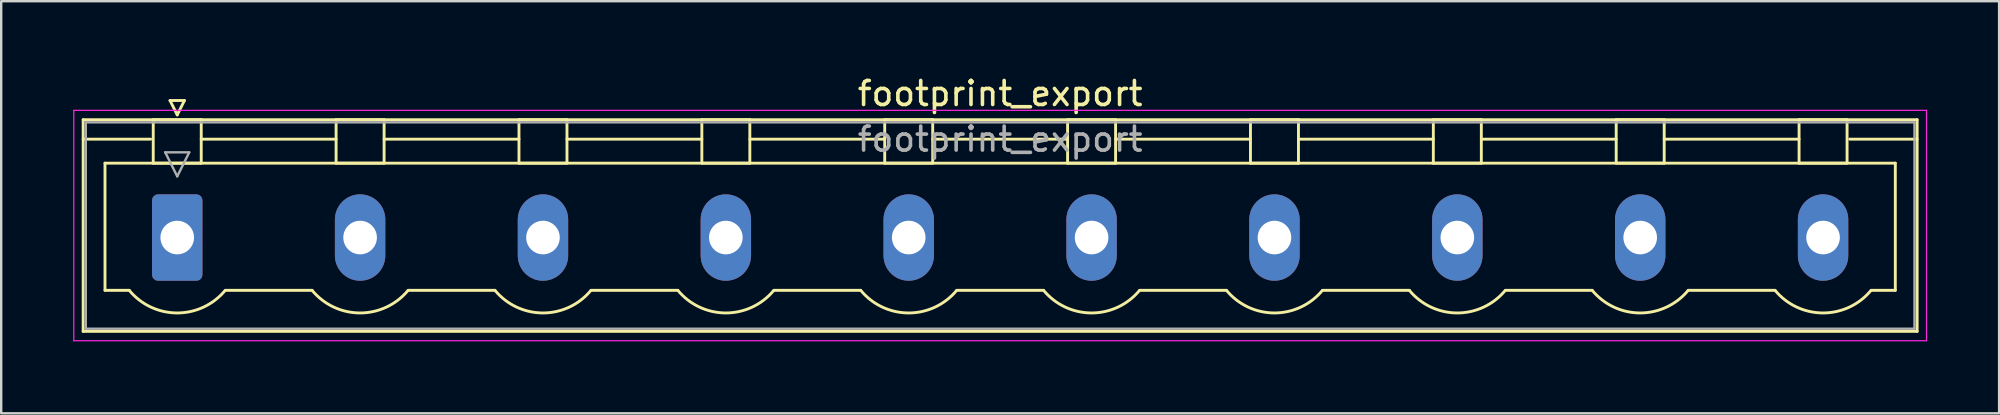
<source format=kicad_pcb>
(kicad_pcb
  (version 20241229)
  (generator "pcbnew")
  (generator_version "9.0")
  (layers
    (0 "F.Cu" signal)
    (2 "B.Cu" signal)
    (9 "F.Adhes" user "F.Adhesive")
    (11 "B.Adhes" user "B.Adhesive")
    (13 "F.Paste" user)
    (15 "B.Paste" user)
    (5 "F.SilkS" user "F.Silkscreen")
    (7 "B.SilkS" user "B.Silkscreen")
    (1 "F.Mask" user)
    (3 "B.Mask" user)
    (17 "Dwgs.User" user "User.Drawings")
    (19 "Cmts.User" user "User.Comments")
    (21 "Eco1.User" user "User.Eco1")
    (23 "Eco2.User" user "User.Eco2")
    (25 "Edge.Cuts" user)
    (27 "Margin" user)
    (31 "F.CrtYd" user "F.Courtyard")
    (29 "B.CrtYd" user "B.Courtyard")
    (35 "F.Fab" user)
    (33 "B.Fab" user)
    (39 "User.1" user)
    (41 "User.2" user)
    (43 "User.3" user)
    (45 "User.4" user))
  (footprint "footprint_export"
    (layer "F.Cu")
    (at 4.335 6.848)
    (property "Reference" "footprint_export" (at 34.29 -6 0) (layer "F.SilkS") (effects (font (size 1 1) (thickness 0.15))))
    (attr through_hole)
    (fp_line (start -3.92 -4.91) (end -3.92 3.91) (stroke (width 0.12) (type solid)) (layer "F.SilkS"))
    (fp_line (start -3.92 -4.1) (end -1.11 -4.1) (stroke (width 0.12) (type solid)) (layer "F.SilkS"))
    (fp_line (start -3.92 3.91) (end 72.5 3.91) (stroke (width 0.12) (type solid)) (layer "F.SilkS"))
    (fp_line (start -3.01 -3.1) (end 71.59 -3.1) (stroke (width 0.12) (type solid)) (layer "F.SilkS"))
    (fp_line (start -3.01 2.2) (end -3.01 -3.1) (stroke (width 0.12) (type solid)) (layer "F.SilkS"))
    (fp_line (start -2 2.2) (end -3.01 2.2) (stroke (width 0.12) (type solid)) (layer "F.SilkS"))
    (fp_line (start -1 -4.91) (end 1 -4.91) (stroke (width 0.12) (type solid)) (layer "F.SilkS"))
    (fp_line (start -1 -3.1) (end -1 -4.91) (stroke (width 0.12) (type solid)) (layer "F.SilkS"))
    (fp_line (start -0.3 -5.71) (end 0.3 -5.71) (stroke (width 0.12) (type solid)) (layer "F.SilkS"))
    (fp_line (start 0 -5.11) (end -0.3 -5.71) (stroke (width 0.12) (type solid)) (layer "F.SilkS"))
    (fp_line (start 0.3 -5.71) (end 0 -5.11) (stroke (width 0.12) (type solid)) (layer "F.SilkS"))
    (fp_line (start 1 -4.91) (end 1 -3.1) (stroke (width 0.12) (type solid)) (layer "F.SilkS"))
    (fp_line (start 1 -4.1) (end 6.62 -4.1) (stroke (width 0.12) (type solid)) (layer "F.SilkS"))
    (fp_line (start 1 -3.1) (end -1 -3.1) (stroke (width 0.12) (type solid)) (layer "F.SilkS"))
    (fp_line (start 2 2.2) (end 5.62 2.2) (stroke (width 0.12) (type solid)) (layer "F.SilkS"))
    (fp_line (start 6.62 -4.91) (end 8.62 -4.91) (stroke (width 0.12) (type solid)) (layer "F.SilkS"))
    (fp_line (start 6.62 -3.1) (end 6.62 -4.91) (stroke (width 0.12) (type solid)) (layer "F.SilkS"))
    (fp_line (start 8.62 -4.91) (end 8.62 -3.1) (stroke (width 0.12) (type solid)) (layer "F.SilkS"))
    (fp_line (start 8.62 -4.1) (end 14.24 -4.1) (stroke (width 0.12) (type solid)) (layer "F.SilkS"))
    (fp_line (start 8.62 -3.1) (end 6.62 -3.1) (stroke (width 0.12) (type solid)) (layer "F.SilkS"))
    (fp_line (start 9.62 2.2) (end 13.24 2.2) (stroke (width 0.12) (type solid)) (layer "F.SilkS"))
    (fp_line (start 14.24 -4.91) (end 16.24 -4.91) (stroke (width 0.12) (type solid)) (layer "F.SilkS"))
    (fp_line (start 14.24 -3.1) (end 14.24 -4.91) (stroke (width 0.12) (type solid)) (layer "F.SilkS"))
    (fp_line (start 16.24 -4.91) (end 16.24 -3.1) (stroke (width 0.12) (type solid)) (layer "F.SilkS"))
    (fp_line (start 16.24 -4.1) (end 21.86 -4.1) (stroke (width 0.12) (type solid)) (layer "F.SilkS"))
    (fp_line (start 16.24 -3.1) (end 14.24 -3.1) (stroke (width 0.12) (type solid)) (layer "F.SilkS"))
    (fp_line (start 17.24 2.2) (end 20.86 2.2) (stroke (width 0.12) (type solid)) (layer "F.SilkS"))
    (fp_line (start 21.86 -4.91) (end 23.86 -4.91) (stroke (width 0.12) (type solid)) (layer "F.SilkS"))
    (fp_line (start 21.86 -3.1) (end 21.86 -4.91) (stroke (width 0.12) (type solid)) (layer "F.SilkS"))
    (fp_line (start 23.86 -4.91) (end 23.86 -3.1) (stroke (width 0.12) (type solid)) (layer "F.SilkS"))
    (fp_line (start 23.86 -4.1) (end 29.48 -4.1) (stroke (width 0.12) (type solid)) (layer "F.SilkS"))
    (fp_line (start 23.86 -3.1) (end 21.86 -3.1) (stroke (width 0.12) (type solid)) (layer "F.SilkS"))
    (fp_line (start 24.86 2.2) (end 28.48 2.2) (stroke (width 0.12) (type solid)) (layer "F.SilkS"))
    (fp_line (start 29.48 -4.91) (end 31.48 -4.91) (stroke (width 0.12) (type solid)) (layer "F.SilkS"))
    (fp_line (start 29.48 -3.1) (end 29.48 -4.91) (stroke (width 0.12) (type solid)) (layer "F.SilkS"))
    (fp_line (start 31.48 -4.91) (end 31.48 -3.1) (stroke (width 0.12) (type solid)) (layer "F.SilkS"))
    (fp_line (start 31.48 -4.1) (end 37.1 -4.1) (stroke (width 0.12) (type solid)) (layer "F.SilkS"))
    (fp_line (start 31.48 -3.1) (end 29.48 -3.1) (stroke (width 0.12) (type solid)) (layer "F.SilkS"))
    (fp_line (start 32.48 2.2) (end 36.1 2.2) (stroke (width 0.12) (type solid)) (layer "F.SilkS"))
    (fp_line (start 37.1 -4.91) (end 39.1 -4.91) (stroke (width 0.12) (type solid)) (layer "F.SilkS"))
    (fp_line (start 37.1 -3.1) (end 37.1 -4.91) (stroke (width 0.12) (type solid)) (layer "F.SilkS"))
    (fp_line (start 39.1 -4.91) (end 39.1 -3.1) (stroke (width 0.12) (type solid)) (layer "F.SilkS"))
    (fp_line (start 39.1 -4.1) (end 44.72 -4.1) (stroke (width 0.12) (type solid)) (layer "F.SilkS"))
    (fp_line (start 39.1 -3.1) (end 37.1 -3.1) (stroke (width 0.12) (type solid)) (layer "F.SilkS"))
    (fp_line (start 40.1 2.2) (end 43.72 2.2) (stroke (width 0.12) (type solid)) (layer "F.SilkS"))
    (fp_line (start 44.72 -4.91) (end 46.72 -4.91) (stroke (width 0.12) (type solid)) (layer "F.SilkS"))
    (fp_line (start 44.72 -3.1) (end 44.72 -4.91) (stroke (width 0.12) (type solid)) (layer "F.SilkS"))
    (fp_line (start 46.72 -4.91) (end 46.72 -3.1) (stroke (width 0.12) (type solid)) (layer "F.SilkS"))
    (fp_line (start 46.72 -4.1) (end 52.34 -4.1) (stroke (width 0.12) (type solid)) (layer "F.SilkS"))
    (fp_line (start 46.72 -3.1) (end 44.72 -3.1) (stroke (width 0.12) (type solid)) (layer "F.SilkS"))
    (fp_line (start 47.72 2.2) (end 51.34 2.2) (stroke (width 0.12) (type solid)) (layer "F.SilkS"))
    (fp_line (start 52.34 -4.91) (end 54.34 -4.91) (stroke (width 0.12) (type solid)) (layer "F.SilkS"))
    (fp_line (start 52.34 -3.1) (end 52.34 -4.91) (stroke (width 0.12) (type solid)) (layer "F.SilkS"))
    (fp_line (start 54.34 -4.91) (end 54.34 -3.1) (stroke (width 0.12) (type solid)) (layer "F.SilkS"))
    (fp_line (start 54.34 -4.1) (end 59.96 -4.1) (stroke (width 0.12) (type solid)) (layer "F.SilkS"))
    (fp_line (start 54.34 -3.1) (end 52.34 -3.1) (stroke (width 0.12) (type solid)) (layer "F.SilkS"))
    (fp_line (start 55.34 2.2) (end 58.96 2.2) (stroke (width 0.12) (type solid)) (layer "F.SilkS"))
    (fp_line (start 59.96 -4.91) (end 61.96 -4.91) (stroke (width 0.12) (type solid)) (layer "F.SilkS"))
    (fp_line (start 59.96 -3.1) (end 59.96 -4.91) (stroke (width 0.12) (type solid)) (layer "F.SilkS"))
    (fp_line (start 61.96 -4.91) (end 61.96 -3.1) (stroke (width 0.12) (type solid)) (layer "F.SilkS"))
    (fp_line (start 61.96 -4.1) (end 67.58 -4.1) (stroke (width 0.12) (type solid)) (layer "F.SilkS"))
    (fp_line (start 61.96 -3.1) (end 59.96 -3.1) (stroke (width 0.12) (type solid)) (layer "F.SilkS"))
    (fp_line (start 62.96 2.2) (end 66.58 2.2) (stroke (width 0.12) (type solid)) (layer "F.SilkS"))
    (fp_line (start 67.58 -4.91) (end 69.58 -4.91) (stroke (width 0.12) (type solid)) (layer "F.SilkS"))
    (fp_line (start 67.58 -3.1) (end 67.58 -4.91) (stroke (width 0.12) (type solid)) (layer "F.SilkS"))
    (fp_line (start 69.58 -4.91) (end 69.58 -3.1) (stroke (width 0.12) (type solid)) (layer "F.SilkS"))
    (fp_line (start 69.58 -3.1) (end 67.58 -3.1) (stroke (width 0.12) (type solid)) (layer "F.SilkS"))
    (fp_line (start 71.59 -3.1) (end 71.59 2.2) (stroke (width 0.12) (type solid)) (layer "F.SilkS"))
    (fp_line (start 71.59 2.2) (end 70.58 2.2) (stroke (width 0.12) (type solid)) (layer "F.SilkS"))
    (fp_line (start 72.5 -4.91) (end -3.92 -4.91) (stroke (width 0.12) (type solid)) (layer "F.SilkS"))
    (fp_line (start 72.5 -4.1) (end 69.69 -4.1) (stroke (width 0.12) (type solid)) (layer "F.SilkS"))
    (fp_line (start 72.5 3.91) (end 72.5 -4.91) (stroke (width 0.12) (type solid)) (layer "F.SilkS"))
    (fp_arc (start 1.986842 2.215821) (mid -0.010289 3.142758) (end -2 2.2) (stroke (width 0.12) (type solid)) (layer "F.SilkS"))
    (fp_arc (start 9.606842 2.215821) (mid 7.609711 3.142758) (end 5.62 2.2) (stroke (width 0.12) (type solid)) (layer "F.SilkS"))
    (fp_arc (start 17.226842 2.215821) (mid 15.229711 3.142758) (end 13.24 2.2) (stroke (width 0.12) (type solid)) (layer "F.SilkS"))
    (fp_arc (start 24.846842 2.215821) (mid 22.849711 3.142758) (end 20.86 2.2) (stroke (width 0.12) (type solid)) (layer "F.SilkS"))
    (fp_arc (start 32.466842 2.215821) (mid 30.469711 3.142758) (end 28.48 2.2) (stroke (width 0.12) (type solid)) (layer "F.SilkS"))
    (fp_arc (start 40.086842 2.215821) (mid 38.089711 3.142758) (end 36.1 2.2) (stroke (width 0.12) (type solid)) (layer "F.SilkS"))
    (fp_arc (start 47.706842 2.215821) (mid 45.709711 3.142758) (end 43.72 2.2) (stroke (width 0.12) (type solid)) (layer "F.SilkS"))
    (fp_arc (start 55.326842 2.215821) (mid 53.329711 3.142758) (end 51.34 2.2) (stroke (width 0.12) (type solid)) (layer "F.SilkS"))
    (fp_arc (start 62.946842 2.215821) (mid 60.949711 3.142758) (end 58.96 2.2) (stroke (width 0.12) (type solid)) (layer "F.SilkS"))
    (fp_arc (start 70.566842 2.215821) (mid 68.569711 3.142758) (end 66.58 2.2) (stroke (width 0.12) (type solid)) (layer "F.SilkS"))
    (fp_line (start -4.31 -5.3) (end -4.31 4.3) (stroke (width 0.05) (type solid)) (layer "F.CrtYd"))
    (fp_line (start -4.31 4.3) (end 72.89 4.3) (stroke (width 0.05) (type solid)) (layer "F.CrtYd"))
    (fp_line (start 72.89 -5.3) (end -4.31 -5.3) (stroke (width 0.05) (type solid)) (layer "F.CrtYd"))
    (fp_line (start 72.89 4.3) (end 72.89 -5.3) (stroke (width 0.05) (type solid)) (layer "F.CrtYd"))
    (fp_line (start -3.81 -4.8) (end -3.81 3.8) (stroke (width 0.1) (type solid)) (layer "F.Fab"))
    (fp_line (start -3.81 3.8) (end 72.39 3.8) (stroke (width 0.1) (type solid)) (layer "F.Fab"))
    (fp_line (start -0.5 -3.55) (end 0.5 -3.55) (stroke (width 0.1) (type solid)) (layer "F.Fab"))
    (fp_line (start 0 -2.55) (end -0.5 -3.55) (stroke (width 0.1) (type solid)) (layer "F.Fab"))
    (fp_line (start 0.5 -3.55) (end 0 -2.55) (stroke (width 0.1) (type solid)) (layer "F.Fab"))
    (fp_line (start 72.39 -4.8) (end -3.81 -4.8) (stroke (width 0.1) (type solid)) (layer "F.Fab"))
    (fp_line (start 72.39 3.8) (end 72.39 -4.8) (stroke (width 0.1) (type solid)) (layer "F.Fab"))
    (fp_text user "${REFERENCE}" (at 34.29 -4.1 0) (layer "F.Fab") (effects (font (size 1 1) (thickness 0.15))))
    (pad "1" thru_hole roundrect (at 0 0) (size 2.1 3.6) (drill 1.4) (layers "*.Cu" "*.Mask") (roundrect_rratio 0.119))
    (pad "2" thru_hole oval (at 7.62 0) (size 2.1 3.6) (drill 1.4) (layers "*.Cu" "*.Mask"))
    (pad "3" thru_hole oval (at 15.24 0) (size 2.1 3.6) (drill 1.4) (layers "*.Cu" "*.Mask"))
    (pad "4" thru_hole oval (at 22.86 0) (size 2.1 3.6) (drill 1.4) (layers "*.Cu" "*.Mask"))
    (pad "5" thru_hole oval (at 30.48 0) (size 2.1 3.6) (drill 1.4) (layers "*.Cu" "*.Mask"))
    (pad "6" thru_hole oval (at 38.1 0) (size 2.1 3.6) (drill 1.4) (layers "*.Cu" "*.Mask"))
    (pad "7" thru_hole oval (at 45.72 0) (size 2.1 3.6) (drill 1.4) (layers "*.Cu" "*.Mask"))
    (pad "8" thru_hole oval (at 53.34 0) (size 2.1 3.6) (drill 1.4) (layers "*.Cu" "*.Mask"))
    (pad "9" thru_hole oval (at 60.96 0) (size 2.1 3.6) (drill 1.4) (layers "*.Cu" "*.Mask"))
    (pad "10" thru_hole oval (at 68.58 0) (size 2.1 3.6) (drill 1.4) (layers "*.Cu" "*.Mask")))
  (gr_rect
    (start -3 -3)
    (end 80.25 14.173)
    (stroke (width 0.1) (type default))
    (fill no)
    (layer "Edge.Cuts")))
</source>
